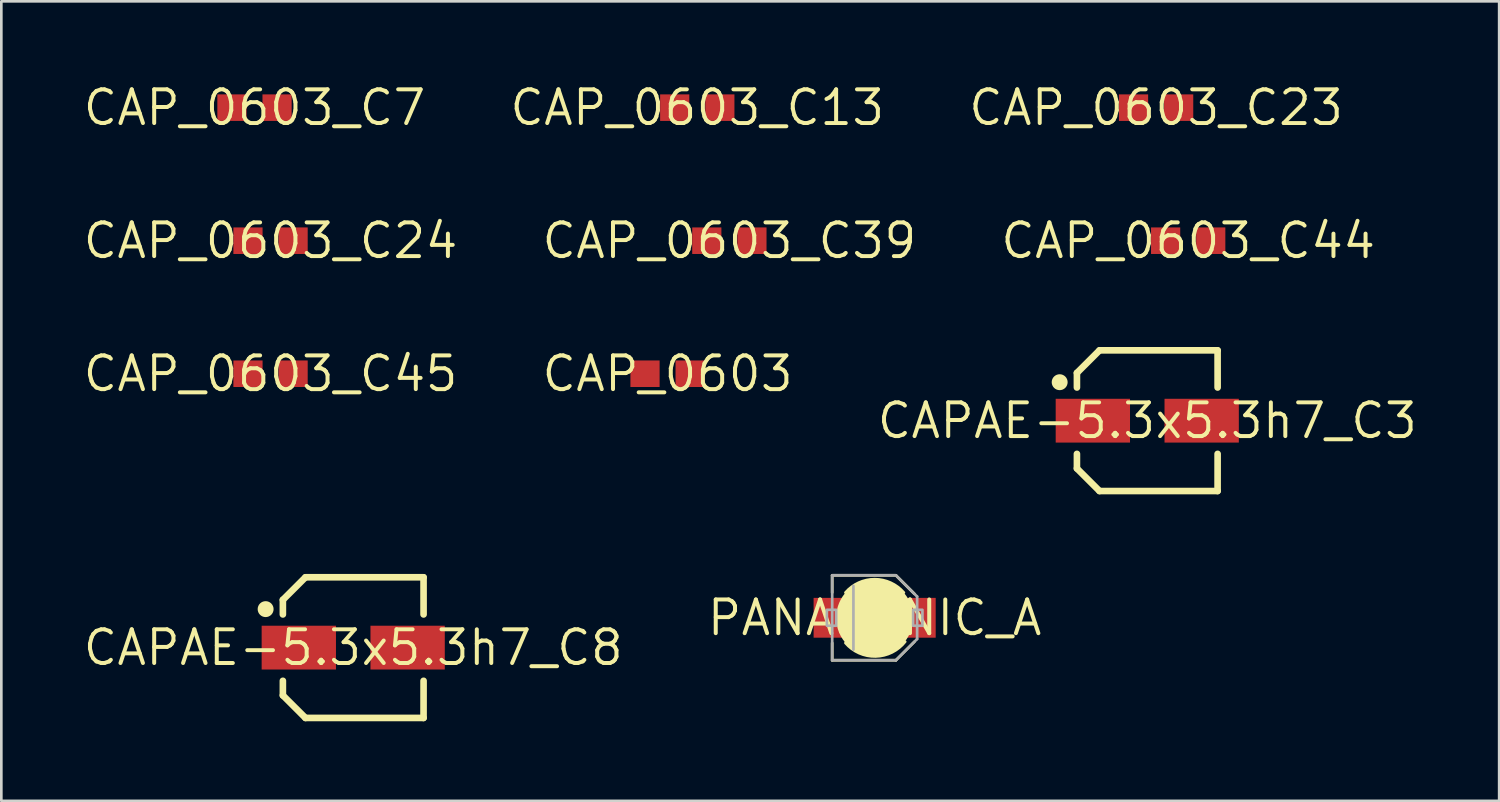
<source format=kicad_pcb>
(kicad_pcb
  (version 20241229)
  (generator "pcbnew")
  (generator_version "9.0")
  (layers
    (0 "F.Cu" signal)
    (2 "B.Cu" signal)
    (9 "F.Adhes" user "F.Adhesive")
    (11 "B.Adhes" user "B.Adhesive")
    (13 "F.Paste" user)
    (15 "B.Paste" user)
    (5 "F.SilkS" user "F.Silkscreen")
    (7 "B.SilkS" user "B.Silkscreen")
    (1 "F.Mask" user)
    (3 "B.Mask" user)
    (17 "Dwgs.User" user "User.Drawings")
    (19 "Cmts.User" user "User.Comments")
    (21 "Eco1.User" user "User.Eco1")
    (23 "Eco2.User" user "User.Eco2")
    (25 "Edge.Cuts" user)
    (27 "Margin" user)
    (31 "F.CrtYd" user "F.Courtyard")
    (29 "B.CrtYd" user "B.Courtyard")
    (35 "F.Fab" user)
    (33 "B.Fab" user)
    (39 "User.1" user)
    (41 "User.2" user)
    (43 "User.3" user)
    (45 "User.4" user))
  (footprint "CAP_0603_C13"
    (layer "F.Cu")
    (at 23.221 1.006)
    (property "Reference" "CAP_0603_C13" (at 0 0 0) (layer "F.SilkS") (effects (font (size 1.27 1.27) (thickness 0.15))))
    (fp_poly (pts (xy -1.4 0.5) (xy -1.4 -0.5) (xy -0.3 -0.5) (xy -0.3 0.5)) (stroke (width 0) (type default)) (fill yes) (layer "F.Mask"))
    (fp_poly (pts (xy 0.3 0.5) (xy 0.3 -0.5) (xy 1.4 -0.5) (xy 1.4 0.5)) (stroke (width 0) (type default)) (fill yes) (layer "F.Mask"))
    (fp_poly (pts (xy -1.4 0.5) (xy -1.4 -0.5) (xy -0.3 -0.5) (xy -0.3 0.5)) (stroke (width 0) (type default)) (fill yes) (layer "F.Paste"))
    (fp_poly (pts (xy 0.3 0.5) (xy 0.3 -0.5) (xy 1.4 -0.5) (xy 1.4 0.5)) (stroke (width 0) (type default)) (fill yes) (layer "F.Paste"))
    (pad "1" smd rect (at -0.85 0 90) (size 1 1.1) (layers "F.Cu"))
    (pad "2" smd rect (at 0.85 0 90) (size 1 1.1) (layers "F.Cu")))
  (footprint "CAP_0603_C24"
    (layer "F.Cu")
    (at 7.143 6.019)
    (property "Reference" "CAP_0603_C24" (at 0 0 0) (layer "F.SilkS") (effects (font (size 1.27 1.27) (thickness 0.15))))
    (fp_poly (pts (xy -1.4 0.5) (xy -1.4 -0.5) (xy -0.3 -0.5) (xy -0.3 0.5)) (stroke (width 0) (type default)) (fill yes) (layer "F.Mask"))
    (fp_poly (pts (xy 0.3 0.5) (xy 0.3 -0.5) (xy 1.4 -0.5) (xy 1.4 0.5)) (stroke (width 0) (type default)) (fill yes) (layer "F.Mask"))
    (fp_poly (pts (xy -1.4 0.5) (xy -1.4 -0.5) (xy -0.3 -0.5) (xy -0.3 0.5)) (stroke (width 0) (type default)) (fill yes) (layer "F.Paste"))
    (fp_poly (pts (xy 0.3 0.5) (xy 0.3 -0.5) (xy 1.4 -0.5) (xy 1.4 0.5)) (stroke (width 0) (type default)) (fill yes) (layer "F.Paste"))
    (pad "1" smd rect (at -0.85 0 90) (size 1 1.1) (layers "F.Cu"))
    (pad "2" smd rect (at 0.85 0 90) (size 1 1.1) (layers "F.Cu")))
  (footprint "CAPAE-5.3x5.3h7_C3"
    (layer "F.Cu")
    (at 40.175 12.8)
    (property "Reference" "CAPAE-5.3x5.3h7_C3" (at 0 0 0) (layer "F.SilkS") (effects (font (size 1.27 1.27) (thickness 0.15))))
    (fp_line (start -2.65 -1.8) (end -2.65 -1.25) (stroke (width 0.25) (type solid)) (layer "F.SilkS"))
    (fp_line (start -2.65 -1.8) (end -1.799 -2.65) (stroke (width 0.25) (type solid)) (layer "F.SilkS"))
    (fp_line (start -2.65 1.25) (end -2.65 1.8) (stroke (width 0.25) (type solid)) (layer "F.SilkS"))
    (fp_line (start -2.65 1.8) (end -1.799 2.65) (stroke (width 0.25) (type solid)) (layer "F.SilkS"))
    (fp_line (start 2.65 -2.65) (end -1.799 -2.65) (stroke (width 0.25) (type solid)) (layer "F.SilkS"))
    (fp_line (start 2.65 -2.65) (end 2.651 -1.25) (stroke (width 0.25) (type solid)) (layer "F.SilkS"))
    (fp_line (start 2.65 2.65) (end -1.799 2.65) (stroke (width 0.25) (type solid)) (layer "F.SilkS"))
    (fp_line (start 2.651 1.25) (end 2.65 2.65) (stroke (width 0.25) (type solid)) (layer "F.SilkS"))
    (fp_circle (center -3.3 -1.45) (end -3.15 -1.45) (stroke (width 0.3) (type solid)) (fill yes) (layer "F.SilkS"))
    (pad "1" smd rect (at -2.05 0 90) (size 1.65 2.8) (layers "F.Cu" "F.Mask" "F.Paste"))
    (pad "2" smd rect (at 2.05 0 90) (size 1.65 2.8) (layers "F.Cu" "F.Mask" "F.Paste")))
  (footprint "CAP_0603_C23"
    (layer "F.Cu")
    (at 40.508 1.006)
    (property "Reference" "CAP_0603_C23" (at 0 0 0) (layer "F.SilkS") (effects (font (size 1.27 1.27) (thickness 0.15))))
    (fp_poly (pts (xy -1.4 0.5) (xy -1.4 -0.5) (xy -0.3 -0.5) (xy -0.3 0.5)) (stroke (width 0) (type default)) (fill yes) (layer "F.Mask"))
    (fp_poly (pts (xy 0.3 0.5) (xy 0.3 -0.5) (xy 1.4 -0.5) (xy 1.4 0.5)) (stroke (width 0) (type default)) (fill yes) (layer "F.Mask"))
    (fp_poly (pts (xy -1.4 0.5) (xy -1.4 -0.5) (xy -0.3 -0.5) (xy -0.3 0.5)) (stroke (width 0) (type default)) (fill yes) (layer "F.Paste"))
    (fp_poly (pts (xy 0.3 0.5) (xy 0.3 -0.5) (xy 1.4 -0.5) (xy 1.4 0.5)) (stroke (width 0) (type default)) (fill yes) (layer "F.Paste"))
    (pad "1" smd rect (at -0.85 0 90) (size 1 1.1) (layers "F.Cu"))
    (pad "2" smd rect (at 0.85 0 90) (size 1 1.1) (layers "F.Cu")))
  (footprint "CAP_0603_C39"
    (layer "F.Cu")
    (at 24.43 6.019)
    (property "Reference" "CAP_0603_C39" (at 0 0 0) (layer "F.SilkS") (effects (font (size 1.27 1.27) (thickness 0.15))))
    (fp_poly (pts (xy -1.4 0.5) (xy -1.4 -0.5) (xy -0.3 -0.5) (xy -0.3 0.5)) (stroke (width 0) (type default)) (fill yes) (layer "F.Mask"))
    (fp_poly (pts (xy 0.3 0.5) (xy 0.3 -0.5) (xy 1.4 -0.5) (xy 1.4 0.5)) (stroke (width 0) (type default)) (fill yes) (layer "F.Mask"))
    (fp_poly (pts (xy -1.4 0.5) (xy -1.4 -0.5) (xy -0.3 -0.5) (xy -0.3 0.5)) (stroke (width 0) (type default)) (fill yes) (layer "F.Paste"))
    (fp_poly (pts (xy 0.3 0.5) (xy 0.3 -0.5) (xy 1.4 -0.5) (xy 1.4 0.5)) (stroke (width 0) (type default)) (fill yes) (layer "F.Paste"))
    (pad "1" smd rect (at -0.85 0 90) (size 1 1.1) (layers "F.Cu"))
    (pad "2" smd rect (at 0.85 0 90) (size 1 1.1) (layers "F.Cu")))
  (footprint "CAP_0603"
    (layer "F.Cu")
    (at 22.102 11.031)
    (property "Reference" "CAP_0603" (at 0 0 0) (layer "F.SilkS") (effects (font (size 1.27 1.27) (thickness 0.15))))
    (fp_poly (pts (xy -1.4 0.5) (xy -1.4 -0.5) (xy -0.3 -0.5) (xy -0.3 0.5)) (stroke (width 0) (type default)) (fill yes) (layer "F.Mask"))
    (fp_poly (pts (xy 0.3 0.5) (xy 0.3 -0.5) (xy 1.4 -0.5) (xy 1.4 0.5)) (stroke (width 0) (type default)) (fill yes) (layer "F.Mask"))
    (fp_poly (pts (xy -1.4 0.5) (xy -1.4 -0.5) (xy -0.3 -0.5) (xy -0.3 0.5)) (stroke (width 0) (type default)) (fill yes) (layer "F.Paste"))
    (fp_poly (pts (xy 0.3 0.5) (xy 0.3 -0.5) (xy 1.4 -0.5) (xy 1.4 0.5)) (stroke (width 0) (type default)) (fill yes) (layer "F.Paste"))
    (pad "1" smd rect (at -0.85 0 90) (size 1 1.1) (layers "F.Cu"))
    (pad "2" smd rect (at 0.85 0 90) (size 1 1.1) (layers "F.Cu")))
  (footprint "CAP_0603_C45"
    (layer "F.Cu")
    (at 7.143 11.031)
    (property "Reference" "CAP_0603_C45" (at 0 0 0) (layer "F.SilkS") (effects (font (size 1.27 1.27) (thickness 0.15))))
    (fp_poly (pts (xy -1.4 0.5) (xy -1.4 -0.5) (xy -0.3 -0.5) (xy -0.3 0.5)) (stroke (width 0) (type default)) (fill yes) (layer "F.Mask"))
    (fp_poly (pts (xy 0.3 0.5) (xy 0.3 -0.5) (xy 1.4 -0.5) (xy 1.4 0.5)) (stroke (width 0) (type default)) (fill yes) (layer "F.Mask"))
    (fp_poly (pts (xy -1.4 0.5) (xy -1.4 -0.5) (xy -0.3 -0.5) (xy -0.3 0.5)) (stroke (width 0) (type default)) (fill yes) (layer "F.Paste"))
    (fp_poly (pts (xy 0.3 0.5) (xy 0.3 -0.5) (xy 1.4 -0.5) (xy 1.4 0.5)) (stroke (width 0) (type default)) (fill yes) (layer "F.Paste"))
    (pad "1" smd rect (at -0.85 0 90) (size 1 1.1) (layers "F.Cu"))
    (pad "2" smd rect (at 0.85 0 90) (size 1 1.1) (layers "F.Cu")))
  (footprint "CAP_0603_C44"
    (layer "F.Cu")
    (at 41.717 6.019)
    (property "Reference" "CAP_0603_C44" (at 0 0 0) (layer "F.SilkS") (effects (font (size 1.27 1.27) (thickness 0.15))))
    (fp_poly (pts (xy -1.4 0.5) (xy -1.4 -0.5) (xy -0.3 -0.5) (xy -0.3 0.5)) (stroke (width 0) (type default)) (fill yes) (layer "F.Mask"))
    (fp_poly (pts (xy 0.3 0.5) (xy 0.3 -0.5) (xy 1.4 -0.5) (xy 1.4 0.5)) (stroke (width 0) (type default)) (fill yes) (layer "F.Mask"))
    (fp_poly (pts (xy -1.4 0.5) (xy -1.4 -0.5) (xy -0.3 -0.5) (xy -0.3 0.5)) (stroke (width 0) (type default)) (fill yes) (layer "F.Paste"))
    (fp_poly (pts (xy 0.3 0.5) (xy 0.3 -0.5) (xy 1.4 -0.5) (xy 1.4 0.5)) (stroke (width 0) (type default)) (fill yes) (layer "F.Paste"))
    (pad "1" smd rect (at -0.85 0 90) (size 1 1.1) (layers "F.Cu"))
    (pad "2" smd rect (at 0.85 0 90) (size 1 1.1) (layers "F.Cu")))
  (footprint "PANASONIC_A"
    (layer "F.Cu")
    (at 29.904 20.226)
    (property "Reference" "PANASONIC_A" (at 0 0 0) (layer "F.SilkS") (effects (font (size 1.27 1.27) (thickness 0.15))))
    (fp_poly (pts (xy -2.3 -0.75) (xy -0.3 -0.75) (xy -0.3 0.75) (xy -2.3 0.75)) (stroke (width 0) (type default)) (fill yes) (layer "F.Mask"))
    (fp_poly (pts (xy 0.3 -0.75) (xy 2.3 -0.75) (xy 2.3 0.75) (xy 0.3 0.75)) (stroke (width 0) (type default)) (fill yes) (layer "F.Mask"))
    (fp_line (start -1.6 -1.6) (end 0.8 -1.6) (stroke (width 0.102) (type solid)) (layer "F.SilkS"))
    (fp_line (start -1.6 -0.95) (end -1.6 -1.6) (stroke (width 0.102) (type solid)) (layer "F.SilkS"))
    (fp_line (start -1.6 1.6) (end -1.6 0.95) (stroke (width 0.102) (type solid)) (layer "F.SilkS"))
    (fp_line (start 0.8 -1.6) (end 1.5 -0.9) (stroke (width 0.102) (type solid)) (layer "F.SilkS"))
    (fp_line (start 0.8 1.6) (end -1.6 1.6) (stroke (width 0.102) (type solid)) (layer "F.SilkS"))
    (fp_line (start 1.5 0.9) (end 0.8 1.6) (stroke (width 0.102) (type solid)) (layer "F.SilkS"))
    (fp_arc (start -1.1 -0.95) (mid 0 -1.453425) (end 1.1 -0.95) (stroke (width 0.102) (type solid)) (layer "F.SilkS"))
    (fp_arc (start 1.15 0.899999) (mid 0.036814 1.456632) (end -1.1 0.95) (stroke (width 0.102) (type solid)) (layer "F.SilkS"))
    (fp_circle (center 0 0) (end 0.725 0) (stroke (width 1.45) (type solid)) (fill yes) (layer "F.SilkS"))
    (fp_poly (pts (xy -2.3 -0.75) (xy -0.3 -0.75) (xy -0.3 0.75) (xy -2.3 0.75)) (stroke (width 0) (type default)) (fill yes) (layer "F.Paste"))
    (fp_poly (pts (xy 0.3 -0.75) (xy 2.3 -0.75) (xy 2.3 0.75) (xy 0.3 0.75)) (stroke (width 0) (type default)) (fill yes) (layer "F.Paste"))
    (fp_line (start -1.6 -1.6) (end 0.8 -1.6) (stroke (width 0.102) (type solid)) (layer "F.Fab"))
    (fp_line (start -1.6 1.6) (end -1.6 -1.6) (stroke (width 0.102) (type solid)) (layer "F.Fab"))
    (fp_line (start -0.8 -1.2) (end -0.8 1.2) (stroke (width 0.102) (type solid)) (layer "F.Fab"))
    (fp_line (start 0.8 -1.6) (end 1.6 -0.8) (stroke (width 0.102) (type solid)) (layer "F.Fab"))
    (fp_line (start 0.8 1.6) (end -1.6 1.6) (stroke (width 0.102) (type solid)) (layer "F.Fab"))
    (fp_line (start 1.6 -0.8) (end 1.6 0.8) (stroke (width 0.102) (type solid)) (layer "F.Fab"))
    (fp_line (start 1.6 0.8) (end 0.8 1.6) (stroke (width 0.102) (type solid)) (layer "F.Fab"))
    (fp_poly (pts (xy -1.45 -0.3) (xy -1.8 -0.3) (xy -1.8 0.3) (xy -1.45 0.3)) (stroke (width 0.1) (type default)) (fill no) (layer "F.Fab"))
    (fp_poly (pts (xy 1.8 -0.3) (xy 1.45 -0.3) (xy 1.45 0.3) (xy 1.8 0.3)) (stroke (width 0.1) (type default)) (fill no) (layer "F.Fab"))
    (pad "+" smd rect (at 1.3 0) (size 2 1.5) (layers "F.Cu"))
    (pad "-" smd rect (at -1.3 0) (size 2 1.5) (layers "F.Cu")))
  (footprint "CAPAE-5.3x5.3h7_C8"
    (layer "F.Cu")
    (at 10.258 21.35)
    (property "Reference" "CAPAE-5.3x5.3h7_C8" (at 0 0 0) (layer "F.SilkS") (effects (font (size 1.27 1.27) (thickness 0.15))))
    (fp_line (start -2.65 -1.8) (end -2.65 -1.25) (stroke (width 0.25) (type solid)) (layer "F.SilkS"))
    (fp_line (start -2.65 -1.8) (end -1.799 -2.65) (stroke (width 0.25) (type solid)) (layer "F.SilkS"))
    (fp_line (start -2.65 1.25) (end -2.65 1.8) (stroke (width 0.25) (type solid)) (layer "F.SilkS"))
    (fp_line (start -2.65 1.8) (end -1.799 2.65) (stroke (width 0.25) (type solid)) (layer "F.SilkS"))
    (fp_line (start 2.65 -2.65) (end -1.799 -2.65) (stroke (width 0.25) (type solid)) (layer "F.SilkS"))
    (fp_line (start 2.65 -2.65) (end 2.651 -1.25) (stroke (width 0.25) (type solid)) (layer "F.SilkS"))
    (fp_line (start 2.65 2.65) (end -1.799 2.65) (stroke (width 0.25) (type solid)) (layer "F.SilkS"))
    (fp_line (start 2.651 1.25) (end 2.65 2.65) (stroke (width 0.25) (type solid)) (layer "F.SilkS"))
    (fp_circle (center -3.3 -1.45) (end -3.15 -1.45) (stroke (width 0.3) (type solid)) (fill yes) (layer "F.SilkS"))
    (pad "1" smd rect (at -2.05 0 90) (size 1.65 2.8) (layers "F.Cu" "F.Mask" "F.Paste"))
    (pad "2" smd rect (at 2.05 0 90) (size 1.65 2.8) (layers "F.Cu" "F.Mask" "F.Paste")))
  (footprint "CAP_0603_C7"
    (layer "F.Cu")
    (at 6.539 1.006)
    (property "Reference" "CAP_0603_C7" (at 0 0 0) (layer "F.SilkS") (effects (font (size 1.27 1.27) (thickness 0.15))))
    (fp_poly (pts (xy -1.4 0.5) (xy -1.4 -0.5) (xy -0.3 -0.5) (xy -0.3 0.5)) (stroke (width 0) (type default)) (fill yes) (layer "F.Mask"))
    (fp_poly (pts (xy 0.3 0.5) (xy 0.3 -0.5) (xy 1.4 -0.5) (xy 1.4 0.5)) (stroke (width 0) (type default)) (fill yes) (layer "F.Mask"))
    (fp_poly (pts (xy -1.4 0.5) (xy -1.4 -0.5) (xy -0.3 -0.5) (xy -0.3 0.5)) (stroke (width 0) (type default)) (fill yes) (layer "F.Paste"))
    (fp_poly (pts (xy 0.3 0.5) (xy 0.3 -0.5) (xy 1.4 -0.5) (xy 1.4 0.5)) (stroke (width 0) (type default)) (fill yes) (layer "F.Paste"))
    (pad "1" smd rect (at -0.85 0 90) (size 1 1.1) (layers "F.Cu"))
    (pad "2" smd rect (at 0.85 0 90) (size 1 1.1) (layers "F.Cu")))
  (gr_rect
    (start -3 -3)
    (end 53.433 27.125)
    (stroke (width 0.1) (type default))
    (fill no)
    (layer "Edge.Cuts")))
</source>
